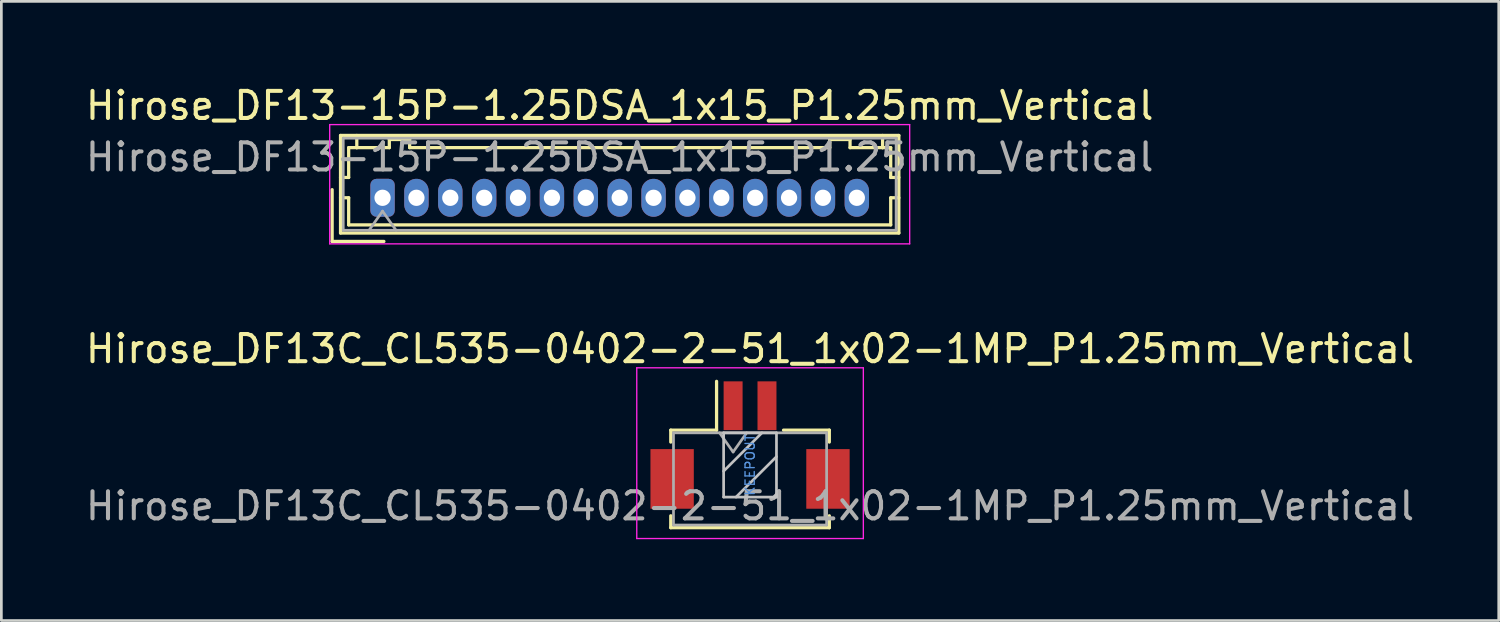
<source format=kicad_pcb>
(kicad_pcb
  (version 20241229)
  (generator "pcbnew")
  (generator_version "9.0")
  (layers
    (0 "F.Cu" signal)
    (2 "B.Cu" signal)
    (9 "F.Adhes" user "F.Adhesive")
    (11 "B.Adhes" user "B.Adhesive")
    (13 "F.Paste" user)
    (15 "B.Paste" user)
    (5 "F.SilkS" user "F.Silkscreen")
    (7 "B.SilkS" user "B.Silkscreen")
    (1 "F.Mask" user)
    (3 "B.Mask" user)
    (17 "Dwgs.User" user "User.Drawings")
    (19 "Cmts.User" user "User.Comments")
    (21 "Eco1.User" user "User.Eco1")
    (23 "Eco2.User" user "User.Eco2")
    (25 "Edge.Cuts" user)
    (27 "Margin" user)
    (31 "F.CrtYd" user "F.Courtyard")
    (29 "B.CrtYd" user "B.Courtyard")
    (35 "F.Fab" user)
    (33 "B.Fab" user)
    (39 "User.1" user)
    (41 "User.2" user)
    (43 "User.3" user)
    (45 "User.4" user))
  (footprint "Hirose_DF13C_CL535-0402-2-51_1x02-1MP_P1.25mm_Vertical"
    (layer "F.Cu")
    (at 24.625 13.371)
    (property "Reference" "Hirose_DF13C_CL535-0402-2-51_1x02-1MP_P1.25mm_Vertical" (at 0 -3.55 0) (layer "F.SilkS") (effects (font (size 1 1) (thickness 0.15))))
    (attr smd)
    (fp_line (start -2.925 -0.55) (end -2.925 -0.11) (stroke (width 0.12) (type solid)) (layer "F.SilkS"))
    (fp_line (start -2.925 2.61) (end -2.925 3.05) (stroke (width 0.12) (type solid)) (layer "F.SilkS"))
    (fp_line (start -2.925 3.05) (end 2.925 3.05) (stroke (width 0.12) (type solid)) (layer "F.SilkS"))
    (fp_line (start -1.235 -0.55) (end -2.925 -0.55) (stroke (width 0.12) (type solid)) (layer "F.SilkS"))
    (fp_line (start -1.235 -0.55) (end -1.235 -2.35) (stroke (width 0.12) (type solid)) (layer "F.SilkS"))
    (fp_line (start 1.235 -0.55) (end 2.925 -0.55) (stroke (width 0.12) (type solid)) (layer "F.SilkS"))
    (fp_line (start 2.925 -0.55) (end 2.925 -0.11) (stroke (width 0.12) (type solid)) (layer "F.SilkS"))
    (fp_line (start 2.925 3.05) (end 2.925 2.61) (stroke (width 0.12) (type solid)) (layer "F.SilkS"))
    (fp_line (start -0.975 -0.45) (end -0.975 1.92) (stroke (width 0.1) (type solid)) (layer "Dwgs.User"))
    (fp_line (start -0.975 1.92) (end 0.975 1.92) (stroke (width 0.1) (type solid)) (layer "Dwgs.User"))
    (fp_line (start 0.439 -0.45) (end -0.975 0.964) (stroke (width 0.1) (type solid)) (layer "Dwgs.User"))
    (fp_line (start 0.975 -0.45) (end -0.975 -0.45) (stroke (width 0.1) (type solid)) (layer "Dwgs.User"))
    (fp_line (start 0.975 0.428) (end -0.517 1.92) (stroke (width 0.1) (type solid)) (layer "Dwgs.User"))
    (fp_line (start 0.975 1.843) (end 0.898 1.92) (stroke (width 0.1) (type solid)) (layer "Dwgs.User"))
    (fp_line (start 0.975 1.92) (end 0.975 -0.45) (stroke (width 0.1) (type solid)) (layer "Dwgs.User"))
    (fp_line (start -4.18 -2.85) (end -4.18 3.45) (stroke (width 0.05) (type solid)) (layer "F.CrtYd"))
    (fp_line (start -4.18 3.45) (end 4.18 3.45) (stroke (width 0.05) (type solid)) (layer "F.CrtYd"))
    (fp_line (start 4.18 -2.85) (end -4.18 -2.85) (stroke (width 0.05) (type solid)) (layer "F.CrtYd"))
    (fp_line (start 4.18 3.45) (end 4.18 -2.85) (stroke (width 0.05) (type solid)) (layer "F.CrtYd"))
    (fp_line (start -2.825 -0.45) (end -2.825 2.95) (stroke (width 0.1) (type solid)) (layer "F.Fab"))
    (fp_line (start -2.825 2.95) (end 2.825 2.95) (stroke (width 0.1) (type solid)) (layer "F.Fab"))
    (fp_line (start -1.125 -0.45) (end -0.625 0.257) (stroke (width 0.1) (type solid)) (layer "F.Fab"))
    (fp_line (start -0.625 0.257) (end -0.125 -0.45) (stroke (width 0.1) (type solid)) (layer "F.Fab"))
    (fp_line (start 2.825 -0.45) (end -2.825 -0.45) (stroke (width 0.1) (type solid)) (layer "F.Fab"))
    (fp_line (start 2.825 2.95) (end 2.825 -0.45) (stroke (width 0.1) (type solid)) (layer "F.Fab"))
    (fp_text user "KEEPOUT" (at 0 0.735 90) (layer "Cmts.User") (effects (font (size 0.34 0.34) (thickness 0.051))))
    (fp_text user "${REFERENCE}" (at 0 2.25 0) (layer "F.Fab") (effects (font (size 1 1) (thickness 0.15))))
    (pad "1" smd rect (at -0.625 -1.45) (size 0.7 1.8) (layers "F.Cu" "F.Mask" "F.Paste"))
    (pad "2" smd rect (at 0.625 -1.45) (size 0.7 1.8) (layers "F.Cu" "F.Mask" "F.Paste"))
    (pad "MP" smd rect (at -2.875 1.25) (size 1.6 2.2) (layers "F.Cu" "F.Mask" "F.Paste"))
    (pad "MP" smd rect (at 2.875 1.25) (size 1.6 2.2) (layers "F.Cu" "F.Mask" "F.Paste")))
  (footprint "Hirose_DF13-15P-1.25DSA_1x15_P1.25mm_Vertical"
    (layer "F.Cu")
    (at 11.065 4.248)
    (property "Reference" "Hirose_DF13-15P-1.25DSA_1x15_P1.25mm_Vertical" (at 8.75 -3.4 0) (layer "F.SilkS") (effects (font (size 1 1) (thickness 0.15))))
    (attr through_hole)
    (fp_line (start -1.86 -0.3) (end -1.86 1.61) (stroke (width 0.12) (type solid)) (layer "F.SilkS"))
    (fp_line (start -1.86 1.61) (end 0.05 1.61) (stroke (width 0.12) (type solid)) (layer "F.SilkS"))
    (fp_line (start -1.55 -2.3) (end -1.55 1.3) (stroke (width 0.12) (type solid)) (layer "F.SilkS"))
    (fp_line (start -1.55 -0.75) (end -1.25 -0.75) (stroke (width 0.12) (type solid)) (layer "F.SilkS"))
    (fp_line (start -1.55 0) (end -1.25 0) (stroke (width 0.12) (type solid)) (layer "F.SilkS"))
    (fp_line (start -1.55 1.3) (end 19.05 1.3) (stroke (width 0.12) (type solid)) (layer "F.SilkS"))
    (fp_line (start -1.25 -1.85) (end -0.95 -1.85) (stroke (width 0.12) (type solid)) (layer "F.SilkS"))
    (fp_line (start -1.25 -0.75) (end -1.25 -1.85) (stroke (width 0.12) (type solid)) (layer "F.SilkS"))
    (fp_line (start -1.25 0) (end -1.25 1) (stroke (width 0.12) (type solid)) (layer "F.SilkS"))
    (fp_line (start -1.25 1) (end 18.75 1) (stroke (width 0.12) (type solid)) (layer "F.SilkS"))
    (fp_line (start -0.95 -1.85) (end -0.95 -2.3) (stroke (width 0.12) (type solid)) (layer "F.SilkS"))
    (fp_line (start -0.95 -1.85) (end 0.25 -1.85) (stroke (width 0.12) (type solid)) (layer "F.SilkS"))
    (fp_line (start 0.25 -2.15) (end 1 -2.15) (stroke (width 0.12) (type solid)) (layer "F.SilkS"))
    (fp_line (start 0.25 -1.85) (end 0.25 -2.15) (stroke (width 0.12) (type solid)) (layer "F.SilkS"))
    (fp_line (start 1 -2.15) (end 1 -1.85) (stroke (width 0.12) (type solid)) (layer "F.SilkS"))
    (fp_line (start 1 -1.85) (end 16.5 -1.85) (stroke (width 0.12) (type solid)) (layer "F.SilkS"))
    (fp_line (start 16.5 -2.15) (end 17.25 -2.15) (stroke (width 0.12) (type solid)) (layer "F.SilkS"))
    (fp_line (start 16.5 -1.85) (end 16.5 -2.15) (stroke (width 0.12) (type solid)) (layer "F.SilkS"))
    (fp_line (start 17.25 -2.15) (end 17.25 -1.85) (stroke (width 0.12) (type solid)) (layer "F.SilkS"))
    (fp_line (start 17.25 -1.85) (end 18.45 -1.85) (stroke (width 0.12) (type solid)) (layer "F.SilkS"))
    (fp_line (start 18.45 -1.85) (end 18.45 -2.3) (stroke (width 0.12) (type solid)) (layer "F.SilkS"))
    (fp_line (start 18.75 -1.85) (end 18.45 -1.85) (stroke (width 0.12) (type solid)) (layer "F.SilkS"))
    (fp_line (start 18.75 -0.75) (end 18.75 -1.85) (stroke (width 0.12) (type solid)) (layer "F.SilkS"))
    (fp_line (start 18.75 0) (end 19.05 0) (stroke (width 0.12) (type solid)) (layer "F.SilkS"))
    (fp_line (start 18.75 1) (end 18.75 0) (stroke (width 0.12) (type solid)) (layer "F.SilkS"))
    (fp_line (start 19.05 -2.3) (end -1.55 -2.3) (stroke (width 0.12) (type solid)) (layer "F.SilkS"))
    (fp_line (start 19.05 -0.75) (end 18.75 -0.75) (stroke (width 0.12) (type solid)) (layer "F.SilkS"))
    (fp_line (start 19.05 1.3) (end 19.05 -2.3) (stroke (width 0.12) (type solid)) (layer "F.SilkS"))
    (fp_line (start -1.95 -2.7) (end -1.95 1.7) (stroke (width 0.05) (type solid)) (layer "F.CrtYd"))
    (fp_line (start -1.95 1.7) (end 19.45 1.7) (stroke (width 0.05) (type solid)) (layer "F.CrtYd"))
    (fp_line (start 19.45 -2.7) (end -1.95 -2.7) (stroke (width 0.05) (type solid)) (layer "F.CrtYd"))
    (fp_line (start 19.45 1.7) (end 19.45 -2.7) (stroke (width 0.05) (type solid)) (layer "F.CrtYd"))
    (fp_line (start -1.45 -2.2) (end -1.45 1.2) (stroke (width 0.1) (type solid)) (layer "F.Fab"))
    (fp_line (start -1.45 1.2) (end 18.95 1.2) (stroke (width 0.1) (type solid)) (layer "F.Fab"))
    (fp_line (start -0.5 1.2) (end 0 0.493) (stroke (width 0.1) (type solid)) (layer "F.Fab"))
    (fp_line (start 0 0.493) (end 0.5 1.2) (stroke (width 0.1) (type solid)) (layer "F.Fab"))
    (fp_line (start 18.95 -2.2) (end -1.45 -2.2) (stroke (width 0.1) (type solid)) (layer "F.Fab"))
    (fp_line (start 18.95 1.2) (end 18.95 -2.2) (stroke (width 0.1) (type solid)) (layer "F.Fab"))
    (fp_text user "${REFERENCE}" (at 8.75 -1.5 0) (layer "F.Fab") (effects (font (size 1 1) (thickness 0.15))))
    (pad "1" thru_hole roundrect (at 0 0) (size 0.9 1.4) (drill 0.6) (layers "*.Cu" "*.Mask") (roundrect_rratio 0.25))
    (pad "2" thru_hole oval (at 1.25 0) (size 0.9 1.4) (drill 0.6) (layers "*.Cu" "*.Mask"))
    (pad "3" thru_hole oval (at 2.5 0) (size 0.9 1.4) (drill 0.6) (layers "*.Cu" "*.Mask"))
    (pad "4" thru_hole oval (at 3.75 0) (size 0.9 1.4) (drill 0.6) (layers "*.Cu" "*.Mask"))
    (pad "5" thru_hole oval (at 5 0) (size 0.9 1.4) (drill 0.6) (layers "*.Cu" "*.Mask"))
    (pad "6" thru_hole oval (at 6.25 0) (size 0.9 1.4) (drill 0.6) (layers "*.Cu" "*.Mask"))
    (pad "7" thru_hole oval (at 7.5 0) (size 0.9 1.4) (drill 0.6) (layers "*.Cu" "*.Mask"))
    (pad "8" thru_hole oval (at 8.75 0) (size 0.9 1.4) (drill 0.6) (layers "*.Cu" "*.Mask"))
    (pad "9" thru_hole oval (at 10 0) (size 0.9 1.4) (drill 0.6) (layers "*.Cu" "*.Mask"))
    (pad "10" thru_hole oval (at 11.25 0) (size 0.9 1.4) (drill 0.6) (layers "*.Cu" "*.Mask"))
    (pad "11" thru_hole oval (at 12.5 0) (size 0.9 1.4) (drill 0.6) (layers "*.Cu" "*.Mask"))
    (pad "12" thru_hole oval (at 13.75 0) (size 0.9 1.4) (drill 0.6) (layers "*.Cu" "*.Mask"))
    (pad "13" thru_hole oval (at 15 0) (size 0.9 1.4) (drill 0.6) (layers "*.Cu" "*.Mask"))
    (pad "14" thru_hole oval (at 16.25 0) (size 0.9 1.4) (drill 0.6) (layers "*.Cu" "*.Mask"))
    (pad "15" thru_hole oval (at 17.5 0) (size 0.9 1.4) (drill 0.6) (layers "*.Cu" "*.Mask")))
  (gr_rect
    (start -3 -3)
    (end 52.25 19.846)
    (stroke (width 0.1) (type default))
    (fill no)
    (layer "Edge.Cuts")))
</source>
